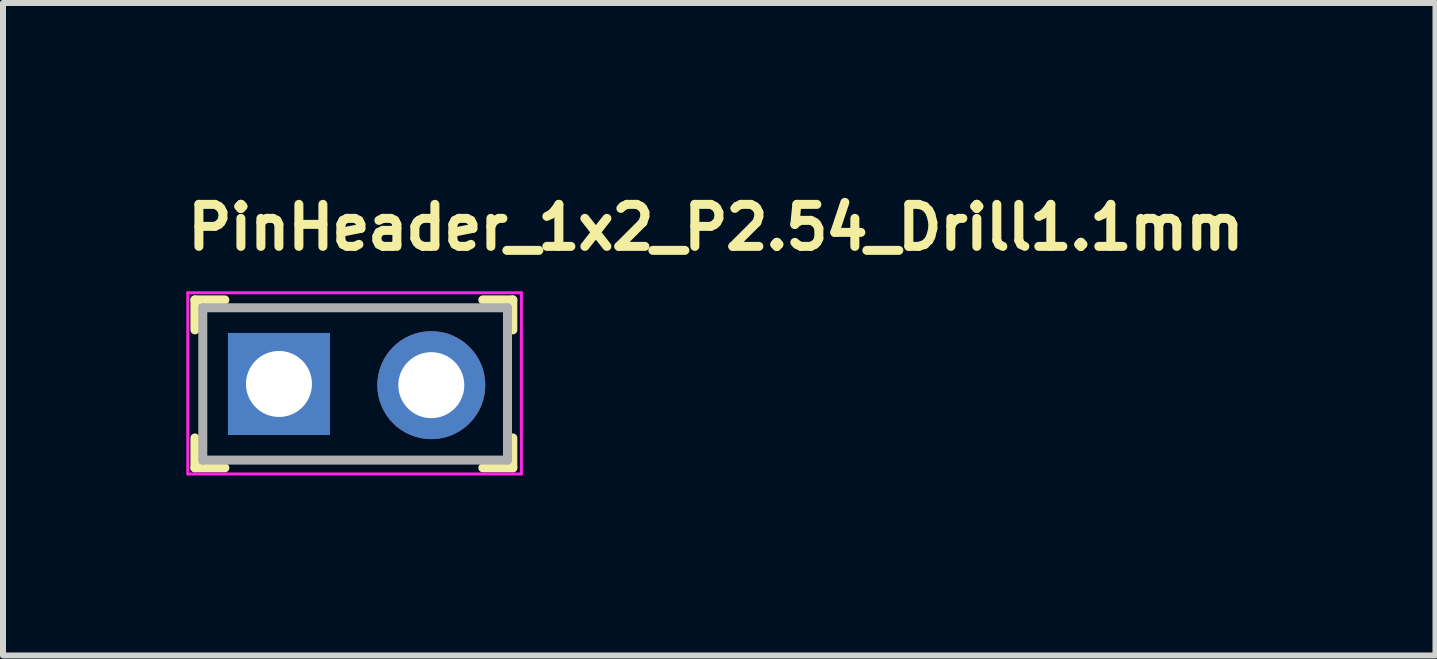
<source format=kicad_pcb>
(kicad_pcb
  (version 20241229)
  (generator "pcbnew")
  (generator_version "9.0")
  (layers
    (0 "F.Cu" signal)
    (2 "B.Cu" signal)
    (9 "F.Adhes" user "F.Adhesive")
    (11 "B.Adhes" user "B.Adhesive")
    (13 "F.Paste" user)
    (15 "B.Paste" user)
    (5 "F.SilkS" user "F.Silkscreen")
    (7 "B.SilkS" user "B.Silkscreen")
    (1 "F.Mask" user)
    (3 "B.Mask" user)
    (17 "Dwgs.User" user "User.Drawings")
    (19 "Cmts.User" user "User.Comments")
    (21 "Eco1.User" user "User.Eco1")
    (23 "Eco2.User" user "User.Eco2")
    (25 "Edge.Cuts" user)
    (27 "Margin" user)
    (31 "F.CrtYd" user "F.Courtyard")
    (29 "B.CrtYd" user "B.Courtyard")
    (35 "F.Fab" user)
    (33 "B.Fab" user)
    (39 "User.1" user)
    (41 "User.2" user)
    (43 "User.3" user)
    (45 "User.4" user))
  (footprint "PinHeader_1x2_P2.54_Drill1.1mm"
    (layer "F.Cu")
    (at 1.6 3.35)
    (property "Reference" "PinHeader_1x2_P2.54_Drill1.1mm" (at -1.6 -2.2 0) (layer "F.SilkS") (effects (font (size 0.7 0.7) (thickness 0.15)) (justify left bottom)))
    (attr through_hole)
    (fp_line (start -1.401 -1.401) (end -1.401 -0.902) (stroke (width 0.15) (type solid)) (layer "F.SilkS"))
    (fp_line (start -1.401 -1.401) (end -0.902 -1.401) (stroke (width 0.15) (type solid)) (layer "F.SilkS"))
    (fp_line (start -1.401 1.398) (end -1.401 0.9) (stroke (width 0.15) (type solid)) (layer "F.SilkS"))
    (fp_line (start -1.401 1.398) (end -0.902 1.398) (stroke (width 0.15) (type solid)) (layer "F.SilkS"))
    (fp_line (start 3.898 -1.401) (end 3.398 -1.401) (stroke (width 0.15) (type solid)) (layer "F.SilkS"))
    (fp_line (start 3.898 -1.401) (end 3.898 -0.902) (stroke (width 0.15) (type solid)) (layer "F.SilkS"))
    (fp_line (start 3.898 1.398) (end 3.398 1.398) (stroke (width 0.15) (type solid)) (layer "F.SilkS"))
    (fp_line (start 3.898 1.398) (end 3.898 0.9) (stroke (width 0.15) (type solid)) (layer "F.SilkS"))
    (fp_line (start -1.52 -1.52) (end -1.52 1.5) (stroke (width 0.05) (type solid)) (layer "F.CrtYd"))
    (fp_line (start 4.04 -1.52) (end -1.52 -1.52) (stroke (width 0.05) (type solid)) (layer "F.CrtYd"))
    (fp_line (start 4.04 -1.52) (end 4.04 1.5) (stroke (width 0.05) (type solid)) (layer "F.CrtYd"))
    (fp_line (start 4.04 1.5) (end -1.52 1.5) (stroke (width 0.05) (type solid)) (layer "F.CrtYd"))
    (fp_line (start -1.27 -1.27) (end 3.809 -1.27) (stroke (width 0.15) (type solid)) (layer "F.Fab"))
    (fp_line (start -1.27 1.269) (end -1.27 -1.27) (stroke (width 0.15) (type solid)) (layer "F.Fab"))
    (fp_line (start -1.27 1.269) (end 3.809 1.269) (stroke (width 0.15) (type solid)) (layer "F.Fab"))
    (fp_line (start 3.809 1.269) (end 3.809 -1.27) (stroke (width 0.15) (type solid)) (layer "F.Fab"))
    (fp_rect (start -1.27 -1.27) (end 3.809 1.269) (stroke (width 0.1) (type solid)) (fill no) (layer "User.5"))
    (fp_line (start -1.27 0.77) (end -1.27 -0.772) (stroke (width 0.02) (type solid)) (layer "User.9"))
    (fp_line (start -1.27 0.77) (end -1.02 1.269) (stroke (width 0.02) (type solid)) (layer "User.9"))
    (fp_line (start -1.02 -1.27) (end -1.27 -0.772) (stroke (width 0.02) (type solid)) (layer "User.9"))
    (fp_line (start -0.32 -0.32) (end -0.12 -0.12) (stroke (width 0.02) (type solid)) (layer "User.9"))
    (fp_line (start -0.32 -0.32) (end 0.32 -0.32) (stroke (width 0.02) (type solid)) (layer "User.9"))
    (fp_line (start -0.32 0.32) (end -0.32 -0.32) (stroke (width 0.02) (type solid)) (layer "User.9"))
    (fp_line (start -0.12 -0.12) (end -0.12 0.119) (stroke (width 0.02) (type solid)) (layer "User.9"))
    (fp_line (start -0.12 0.119) (end -0.32 0.32) (stroke (width 0.02) (type solid)) (layer "User.9"))
    (fp_line (start -0.12 0.119) (end 0.119 0.119) (stroke (width 0.02) (type solid)) (layer "User.9"))
    (fp_line (start 0.119 -0.12) (end -0.12 -0.12) (stroke (width 0.02) (type solid)) (layer "User.9"))
    (fp_line (start 0.119 -0.12) (end 0.32 -0.32) (stroke (width 0.02) (type solid)) (layer "User.9"))
    (fp_line (start 0.119 0.119) (end 0.119 -0.12) (stroke (width 0.02) (type solid)) (layer "User.9"))
    (fp_line (start 0.119 0.119) (end 0.32 0.32) (stroke (width 0.02) (type solid)) (layer "User.9"))
    (fp_line (start 0.32 -0.32) (end 0.32 0.32) (stroke (width 0.02) (type solid)) (layer "User.9"))
    (fp_line (start 0.32 0.32) (end -0.32 0.32) (stroke (width 0.02) (type solid)) (layer "User.9"))
    (fp_line (start 1.019 -1.27) (end -1.02 -1.27) (stroke (width 0.02) (type solid)) (layer "User.9"))
    (fp_line (start 1.019 1.269) (end -1.02 1.269) (stroke (width 0.02) (type solid)) (layer "User.9"))
    (fp_line (start 1.019 1.269) (end 1.269 0.77) (stroke (width 0.02) (type solid)) (layer "User.9"))
    (fp_line (start 1.269 -0.772) (end 1.019 -1.27) (stroke (width 0.02) (type solid)) (layer "User.9"))
    (fp_line (start 1.269 0.77) (end 1.519 1.269) (stroke (width 0.02) (type solid)) (layer "User.9"))
    (fp_line (start 1.519 -1.27) (end 1.269 -0.772) (stroke (width 0.02) (type solid)) (layer "User.9"))
    (fp_line (start 2.22 -0.32) (end 2.418 -0.12) (stroke (width 0.02) (type solid)) (layer "User.9"))
    (fp_line (start 2.22 -0.32) (end 2.858 -0.32) (stroke (width 0.02) (type solid)) (layer "User.9"))
    (fp_line (start 2.22 0.32) (end 2.22 -0.32) (stroke (width 0.02) (type solid)) (layer "User.9"))
    (fp_line (start 2.418 -0.12) (end 2.418 0.119) (stroke (width 0.02) (type solid)) (layer "User.9"))
    (fp_line (start 2.418 0.119) (end 2.22 0.32) (stroke (width 0.02) (type solid)) (layer "User.9"))
    (fp_line (start 2.418 0.119) (end 2.66 0.119) (stroke (width 0.02) (type solid)) (layer "User.9"))
    (fp_line (start 2.66 -0.12) (end 2.418 -0.12) (stroke (width 0.02) (type solid)) (layer "User.9"))
    (fp_line (start 2.66 -0.12) (end 2.858 -0.32) (stroke (width 0.02) (type solid)) (layer "User.9"))
    (fp_line (start 2.66 0.119) (end 2.66 -0.12) (stroke (width 0.02) (type solid)) (layer "User.9"))
    (fp_line (start 2.66 0.119) (end 2.858 0.32) (stroke (width 0.02) (type solid)) (layer "User.9"))
    (fp_line (start 2.858 -0.32) (end 2.858 0.32) (stroke (width 0.02) (type solid)) (layer "User.9"))
    (fp_line (start 2.858 0.32) (end 2.22 0.32) (stroke (width 0.02) (type solid)) (layer "User.9"))
    (fp_line (start 3.559 -1.27) (end 1.519 -1.27) (stroke (width 0.02) (type solid)) (layer "User.9"))
    (fp_line (start 3.559 1.269) (end 1.519 1.269) (stroke (width 0.02) (type solid)) (layer "User.9"))
    (fp_line (start 3.559 1.269) (end 3.809 0.77) (stroke (width 0.02) (type solid)) (layer "User.9"))
    (fp_line (start 3.809 -0.772) (end 3.559 -1.27) (stroke (width 0.02) (type solid)) (layer "User.9"))
    (fp_line (start 3.809 0.77) (end 3.809 -0.772) (stroke (width 0.02) (type solid)) (layer "User.9"))
    (pad "1" thru_hole rect (at 0 0) (size 1.7 1.7) (drill 1.1) (layers "*.Cu" "*.Mask"))
    (pad "2" thru_hole circle (at 2.539 0.02) (size 1.8 1.8) (drill 1.1) (layers "*.Cu" "*.Mask")))
  (gr_rect
    (start -3 -3)
    (end 20.877 7.875)
    (stroke (width 0.1) (type default))
    (fill no)
    (layer "Edge.Cuts")))
</source>
